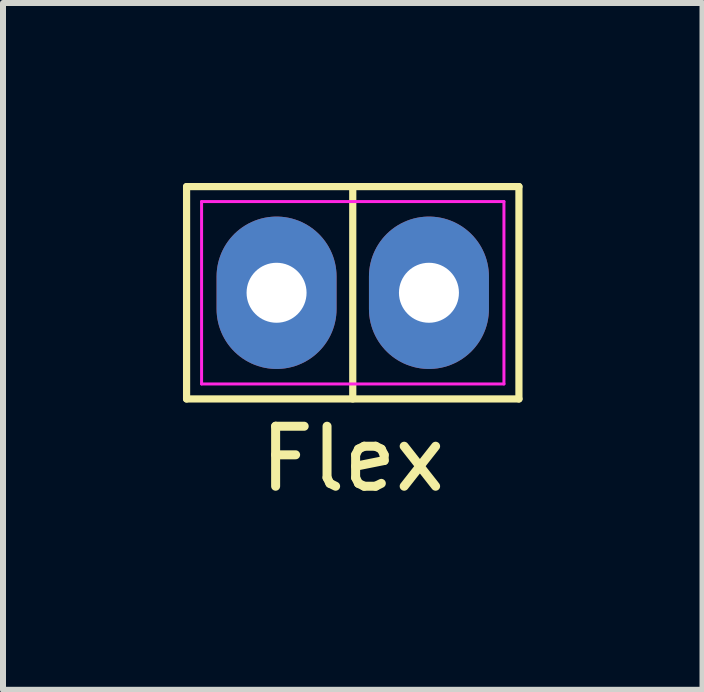
<source format=kicad_pcb>
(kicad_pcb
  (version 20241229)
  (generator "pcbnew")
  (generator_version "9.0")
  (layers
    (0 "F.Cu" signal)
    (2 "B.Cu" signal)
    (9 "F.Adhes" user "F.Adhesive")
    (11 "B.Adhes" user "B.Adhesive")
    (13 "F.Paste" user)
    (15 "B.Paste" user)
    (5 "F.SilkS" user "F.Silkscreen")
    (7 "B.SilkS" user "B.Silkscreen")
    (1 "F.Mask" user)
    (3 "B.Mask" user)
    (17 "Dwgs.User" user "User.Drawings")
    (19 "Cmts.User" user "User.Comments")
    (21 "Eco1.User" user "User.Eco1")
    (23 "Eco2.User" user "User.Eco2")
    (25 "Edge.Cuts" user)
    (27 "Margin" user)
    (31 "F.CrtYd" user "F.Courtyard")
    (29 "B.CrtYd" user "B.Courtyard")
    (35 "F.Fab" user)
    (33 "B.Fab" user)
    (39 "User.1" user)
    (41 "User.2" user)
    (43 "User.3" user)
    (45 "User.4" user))
  (footprint "Flex"
    (layer "F.Cu")
    (at 2.83 1.83)
    (property "Reference" "Flex" (at 0 2.77 0) (layer "F.SilkS") (effects (font (size 1 1) (thickness 0.15))))
    (attr through_hole)
    (fp_line (start -2.77 -1.77) (end 2.77 -1.77) (stroke (width 0.12) (type default)) (layer "F.SilkS"))
    (fp_line (start -2.77 1.77) (end -2.77 -1.77) (stroke (width 0.12) (type default)) (layer "F.SilkS"))
    (fp_line (start 0 -1.77) (end 0 1.77) (stroke (width 0.12) (type default)) (layer "F.SilkS"))
    (fp_line (start 2.77 -1.77) (end 2.77 1.77) (stroke (width 0.12) (type default)) (layer "F.SilkS"))
    (fp_line (start 2.77 1.77) (end -2.77 1.77) (stroke (width 0.12) (type default)) (layer "F.SilkS"))
    (fp_line (start -2.52 -1.52) (end 2.52 -1.52) (stroke (width 0.05) (type default)) (layer "F.CrtYd"))
    (fp_line (start -2.52 1.52) (end -2.52 -1.52) (stroke (width 0.05) (type default)) (layer "F.CrtYd"))
    (fp_line (start 2.52 -1.52) (end 2.52 1.52) (stroke (width 0.05) (type default)) (layer "F.CrtYd"))
    (fp_line (start 2.52 1.52) (end -2.52 1.52) (stroke (width 0.05) (type default)) (layer "F.CrtYd"))
    (pad "1" thru_hole oval (at -1.27 0) (size 2 2.54) (drill 1) (layers "*.Cu" "*.Mask"))
    (pad "2" thru_hole oval (at 1.27 0) (size 2 2.54) (drill 1) (layers "*.Cu" "*.Mask")))
  (gr_rect
    (start -3 -3)
    (end 8.66 8.448)
    (stroke (width 0.1) (type default))
    (fill no)
    (layer "Edge.Cuts")))
</source>
